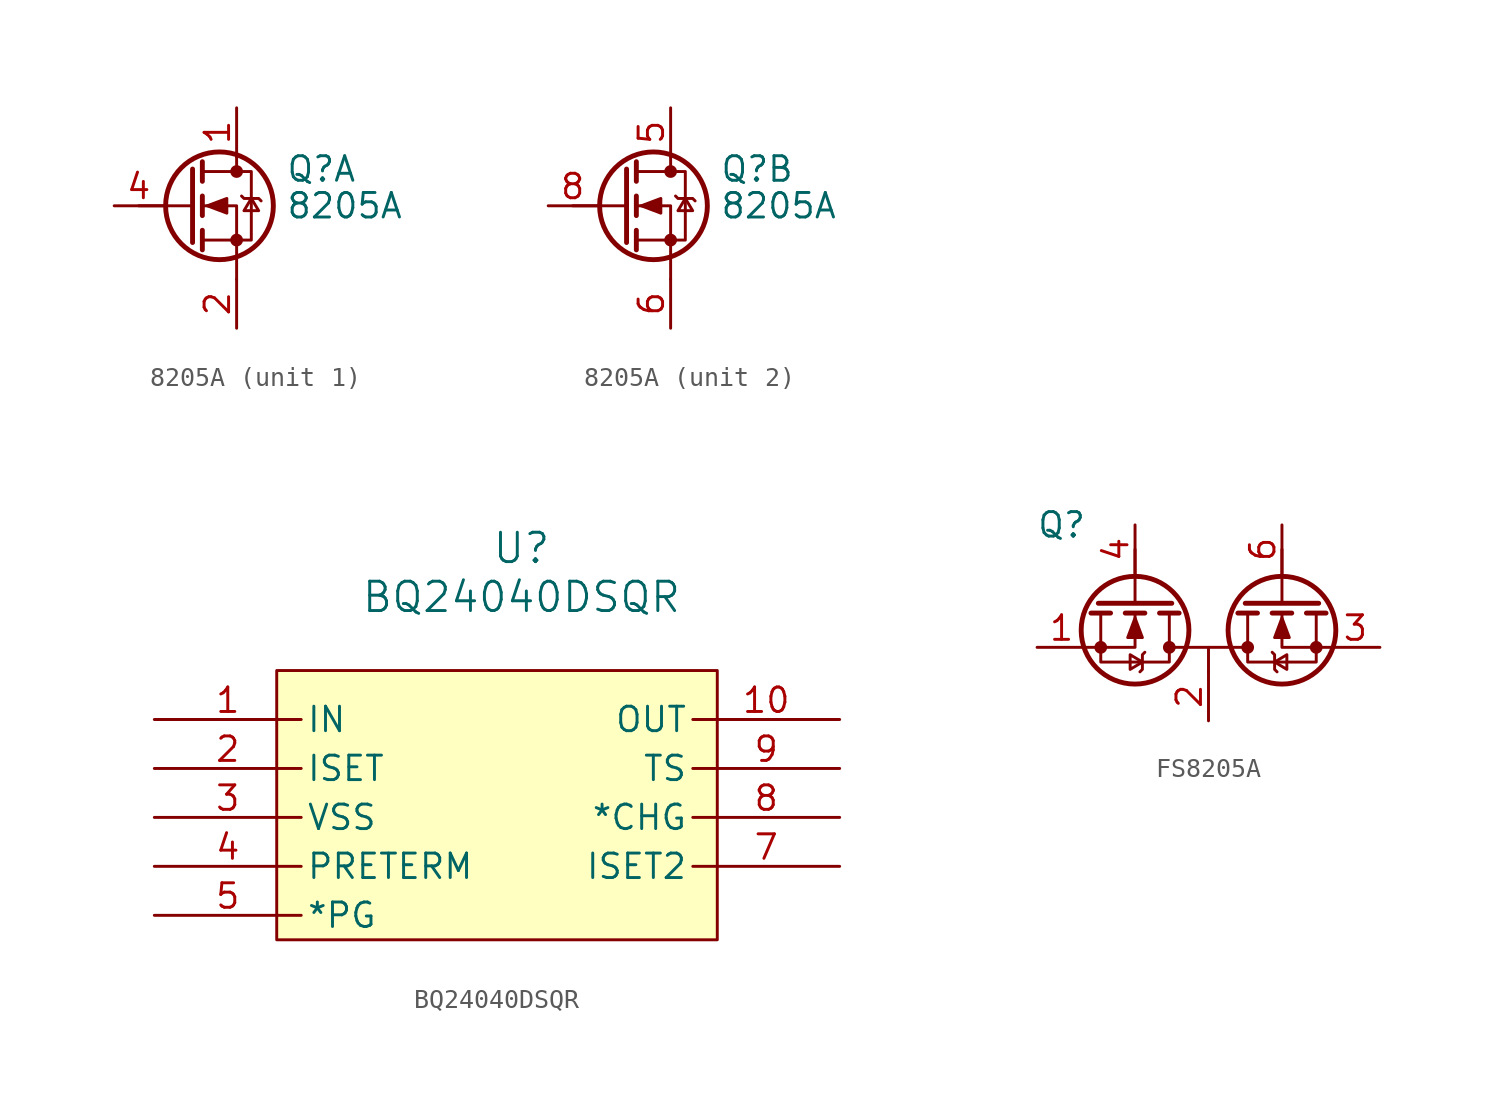
<source format=kicad_sym>
(kicad_symbol_lib
  (version 20241209)
  (generator "kicad_symbol_editor")
  (generator_version "9.0")
  (symbol "8205A"
    (pin_names
      (hide yes))
    (property "Reference" "Q"
      (at 5.08 1.905 0)
      (effects (font (size 1.27 1.27)) (justify left)))
    (property "Value" "8205A"
      (at 5.08 0 0)
      (effects (font (size 1.27 1.27)) (justify left)))
    (symbol "8205A_0_1"
      (polyline (pts (xy 0.254 1.905) (xy 0.254 -1.905)) (stroke (width 0.254) (type default)) (fill (type none)))
      (polyline (pts (xy 0.254 0) (xy -2.54 0)) (stroke (width 0) (type default)) (fill (type none)))
      (polyline (pts (xy 0.762 2.286) (xy 0.762 1.27)) (stroke (width 0.254) (type default)) (fill (type none)))
      (polyline (pts (xy 0.762 0.508) (xy 0.762 -0.508)) (stroke (width 0.254) (type default)) (fill (type none)))
      (polyline (pts (xy 0.762 -1.27) (xy 0.762 -2.286)) (stroke (width 0.254) (type default)) (fill (type none)))
      (polyline (pts (xy 0.762 -1.778) (xy 3.302 -1.778) (xy 3.302 1.778) (xy 0.762 1.778)) (stroke (width 0) (type default)) (fill (type none)))
      (polyline (pts (xy 1.016 0) (xy 2.032 0.381) (xy 2.032 -0.381) (xy 1.016 0)) (stroke (width 0) (type default)) (fill (type outline)))
      (circle (center 1.651 0) (radius 2.794) (stroke (width 0.254) (type default)) (fill (type none)))
      (polyline (pts (xy 2.54 2.54) (xy 2.54 1.778)) (stroke (width 0) (type default)) (fill (type none)))
      (circle (center 2.54 1.778) (radius 0.254) (stroke (width 0) (type default)) (fill (type outline)))
      (circle (center 2.54 -1.778) (radius 0.254) (stroke (width 0) (type default)) (fill (type outline)))
      (polyline (pts (xy 2.54 -3.81) (xy 2.54 0) (xy 0.762 0)) (stroke (width 0) (type default)) (fill (type none)))
      (polyline (pts (xy 2.794 0.508) (xy 2.921 0.381) (xy 3.683 0.381) (xy 3.81 0.254)) (stroke (width 0) (type default)) (fill (type none)))
      (polyline (pts (xy 3.302 0.381) (xy 2.921 -0.254) (xy 3.683 -0.254) (xy 3.302 0.381)) (stroke (width 0) (type default)) (fill (type none))))
    (symbol "8205A_1_0"
      (pin passive line (at -3.81 0 0) (length 2.54) (name "G1" (effects (font (size 1.27 1.27)))) (number "4" (effects (font (size 1.27 1.27)))))
      (pin passive line (at 2.54 -6.35 90) (length 2.54) (name "S1" (effects (font (size 1.27 1.27)))) (number "2" (effects (font (size 1.27 1.27)))))
      (pin passive line (at 2.54 -6.35 90) (length 2.54) (hide yes) (name "S1" (effects (font (size 1.27 1.27)))) (number "3" (effects (font (size 1.27 1.27))))))
    (symbol "8205A_1_1"
      (pin passive line (at 2.54 5.08 270) (length 2.54) (name "D1" (effects (font (size 1.27 1.27)))) (number "1" (effects (font (size 1.27 1.27))))))
    (symbol "8205A_2_0"
      (pin passive line (at -3.81 0 0) (length 2.54) (name "G2" (effects (font (size 1.27 1.27)))) (number "8" (effects (font (size 1.27 1.27)))))
      (pin passive line (at 2.54 5.08 270) (length 2.54) (name "D2" (effects (font (size 1.27 1.27)))) (number "5" (effects (font (size 1.27 1.27)))))
      (pin passive line (at 2.54 -6.35 90) (length 2.54) (name "S2" (effects (font (size 1.27 1.27)))) (number "6" (effects (font (size 1.27 1.27)))))
      (pin passive line (at 2.54 -6.35 90) (length 2.54) (hide yes) (name "S2" (effects (font (size 1.27 1.27)))) (number "7" (effects (font (size 1.27 1.27)))))))
  (symbol "BQ24040DSQR"
    (pin_names
      (offset 0.254))
    (property "Reference" "U"
      (at 35.56 10.16 0)
      (effects (font (size 1.524 1.524))))
    (property "Value" "BQ24040DSQR"
      (at 35.56 7.62 0)
      (effects (font (size 1.524 1.524))))
    (property "ki_locked" ""
      (at 0 0 0)
      (effects (font (size 1.27 1.27))))
    (symbol "BQ24040DSQR_0_1"
      (pin input line (at 16.51 1.27 0) (length 7.62) (name "IN" (effects (font (size 1.27 1.27)))) (number "1" (effects (font (size 1.27 1.27)))))
      (pin input line (at 16.51 -1.27 0) (length 7.62) (name "ISET" (effects (font (size 1.27 1.27)))) (number "2" (effects (font (size 1.27 1.27)))))
      (pin power_in line (at 16.51 -3.81 0) (length 7.62) (hide yes) (name "EPAD" (effects (font (size 1.27 1.27)))) (number "11" (effects (font (size 1.27 1.27)))))
      (pin input line (at 16.51 -6.35 0) (length 7.62) (name "PRETERM" (effects (font (size 1.27 1.27)))) (number "4" (effects (font (size 1.27 1.27)))))
      (pin output line (at 16.51 -8.89 0) (length 7.62) (name "*PG" (effects (font (size 1.27 1.27)))) (number "5" (effects (font (size 1.27 1.27)))))
      (pin output line (at 52.07 1.27 180) (length 7.62) (name "OUT" (effects (font (size 1.27 1.27)))) (number "10" (effects (font (size 1.27 1.27)))))
      (pin input line (at 52.07 -1.27 180) (length 7.62) (name "TS" (effects (font (size 1.27 1.27)))) (number "9" (effects (font (size 1.27 1.27)))))
      (pin input line (at 52.07 -6.35 180) (length 7.62) (name "ISET2" (effects (font (size 1.27 1.27)))) (number "7" (effects (font (size 1.27 1.27)))))
      (pin no_connect line (at 52.07 -8.89 180) (length 7.62) (hide yes) (name "NC" (effects (font (size 1.27 1.27)))) (number "6" (effects (font (size 1.27 1.27))))))
    (symbol "BQ24040DSQR_1_1"
      (rectangle (start 22.86 3.81) (end 45.72 -10.16) (stroke (width 0) (type solid)) (fill (type background)))
      (pin power_in line (at 16.51 -3.81 0) (length 7.62) (name "VSS" (effects (font (size 1.27 1.27)))) (number "3" (effects (font (size 1.27 1.27)))))
      (pin output line (at 52.07 -3.81 180) (length 7.62) (name "*CHG" (effects (font (size 1.27 1.27)))) (number "8" (effects (font (size 1.27 1.27)))))))
  (symbol "FS8205A"
    (pin_names
      (hide yes))
    (property "Reference" "Q"
      (at 0 0 0)
      (effects (font (size 1.27 1.27))))
    (property "Value" ""
      (at 0 0 0)
      (effects (font (size 1.27 1.27))))
    (symbol "FS8205A_0_0"
      (pin passive line (at -1.27 -6.35 0) (length 2.54) (name "S1" (effects (font (size 1.27 1.27)))) (number "1" (effects (font (size 1.27 1.27)))))
      (pin passive line (at 3.81 0 270) (length 2.54) (name "G1" (effects (font (size 1.27 1.27)))) (number "4" (effects (font (size 1.27 1.27)))))
      (pin passive line (at 7.62 -10.16 90) (length 2.54) (name "D1/D2" (effects (font (size 1.27 1.27)))) (number "2" (effects (font (size 1.27 1.27)))))
      (pin passive line (at 7.62 -10.16 90) (length 2.54) (hide yes) (name "D1/D2" (effects (font (size 1.27 1.27)))) (number "5" (effects (font (size 1.27 1.27)))))
      (pin passive line (at 11.43 0 270) (length 2.54) (name "G2" (effects (font (size 1.27 1.27)))) (number "6" (effects (font (size 1.27 1.27)))))
      (pin passive line (at 16.51 -6.35 180) (length 2.54) (name "S2" (effects (font (size 1.27 1.27)))) (number "3" (effects (font (size 1.27 1.27))))))
    (symbol "FS8205A_0_1"
      (polyline (pts (xy 1.27 -6.35) (xy 3.81 -6.35) (xy 3.81 -4.572)) (stroke (width 0) (type default)) (fill (type none)))
      (polyline (pts (xy 2.032 -4.572) (xy 2.032 -7.112) (xy 5.588 -7.112) (xy 5.588 -4.572)) (stroke (width 0) (type default)) (fill (type none)))
      (circle (center 2.032 -6.35) (radius 0.254) (stroke (width 0) (type default)) (fill (type outline)))
      (polyline (pts (xy 2.54 -4.572) (xy 1.524 -4.572)) (stroke (width 0.254) (type default)) (fill (type none)))
      (polyline (pts (xy 3.81 -4.064) (xy 3.81 -1.27)) (stroke (width 0) (type default)) (fill (type none)))
      (polyline (pts (xy 3.81 -4.826) (xy 4.191 -5.842) (xy 3.429 -5.842) (xy 3.81 -4.826)) (stroke (width 0) (type default)) (fill (type outline)))
      (circle (center 3.81 -5.461) (radius 2.794) (stroke (width 0.254) (type default)) (fill (type none)))
      (polyline (pts (xy 4.191 -7.112) (xy 3.556 -6.731) (xy 3.556 -7.493) (xy 4.191 -7.112)) (stroke (width 0) (type default)) (fill (type none)))
      (polyline (pts (xy 4.318 -4.572) (xy 3.302 -4.572)) (stroke (width 0.254) (type default)) (fill (type none)))
      (polyline (pts (xy 4.318 -6.604) (xy 4.191 -6.731) (xy 4.191 -7.493) (xy 4.064 -7.62)) (stroke (width 0) (type default)) (fill (type none)))
      (circle (center 5.588 -6.35) (radius 0.254) (stroke (width 0) (type default)) (fill (type outline)))
      (polyline (pts (xy 5.715 -4.064) (xy 1.905 -4.064)) (stroke (width 0.254) (type default)) (fill (type none)))
      (polyline (pts (xy 6.096 -4.572) (xy 5.08 -4.572)) (stroke (width 0.254) (type default)) (fill (type none)))
      (polyline (pts (xy 7.62 -6.35) (xy 7.62 -7.62)) (stroke (width 0) (type default)) (fill (type none)))
      (polyline (pts (xy 8.89 -6.35) (xy 5.588 -6.35)) (stroke (width 0) (type default)) (fill (type none)))
      (polyline (pts (xy 8.89 -6.35) (xy 9.652 -6.35)) (stroke (width 0) (type default)) (fill (type none)))
      (polyline (pts (xy 9.144 -4.572) (xy 10.16 -4.572)) (stroke (width 0.254) (type default)) (fill (type none)))
      (polyline (pts (xy 9.525 -4.064) (xy 13.335 -4.064)) (stroke (width 0.254) (type default)) (fill (type none)))
      (circle (center 9.652 -6.35) (radius 0.254) (stroke (width 0) (type default)) (fill (type outline)))
      (polyline (pts (xy 10.922 -4.572) (xy 11.938 -4.572)) (stroke (width 0.254) (type default)) (fill (type none)))
      (polyline (pts (xy 10.922 -6.604) (xy 11.049 -6.731) (xy 11.049 -7.493) (xy 11.176 -7.62)) (stroke (width 0) (type default)) (fill (type none)))
      (polyline (pts (xy 11.049 -7.112) (xy 11.684 -6.731) (xy 11.684 -7.493) (xy 11.049 -7.112)) (stroke (width 0) (type default)) (fill (type none)))
      (polyline (pts (xy 11.43 -4.064) (xy 11.43 -1.27)) (stroke (width 0) (type default)) (fill (type none)))
      (polyline (pts (xy 11.43 -4.826) (xy 11.049 -5.842) (xy 11.811 -5.842) (xy 11.43 -4.826)) (stroke (width 0) (type default)) (fill (type outline)))
      (circle (center 11.43 -5.461) (radius 2.794) (stroke (width 0.254) (type default)) (fill (type none)))
      (polyline (pts (xy 12.7 -4.572) (xy 13.716 -4.572)) (stroke (width 0.254) (type default)) (fill (type none)))
      (polyline (pts (xy 13.208 -4.572) (xy 13.208 -7.112) (xy 9.652 -7.112) (xy 9.652 -4.572)) (stroke (width 0) (type default)) (fill (type none)))
      (circle (center 13.208 -6.35) (radius 0.254) (stroke (width 0) (type default)) (fill (type outline)))
      (polyline (pts (xy 13.97 -6.35) (xy 11.43 -6.35) (xy 11.43 -4.572)) (stroke (width 0) (type default)) (fill (type none))))))
</source>
